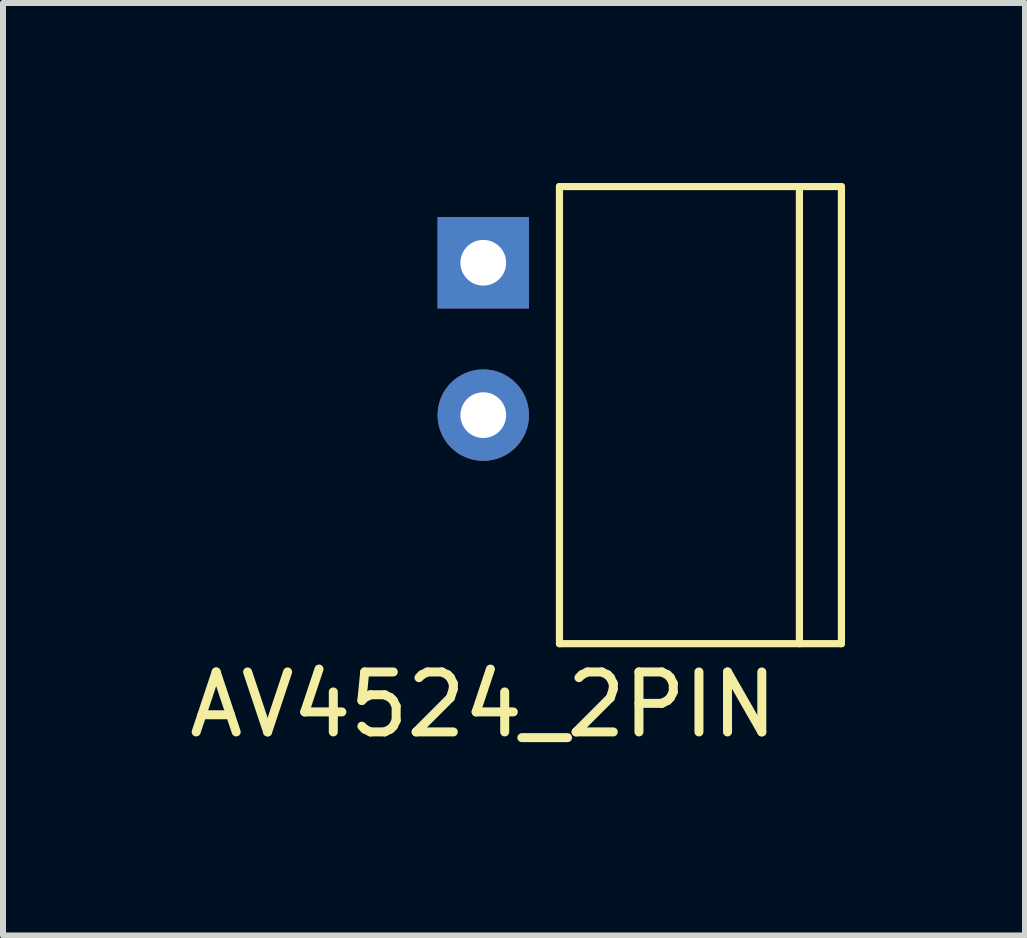
<source format=kicad_pcb>
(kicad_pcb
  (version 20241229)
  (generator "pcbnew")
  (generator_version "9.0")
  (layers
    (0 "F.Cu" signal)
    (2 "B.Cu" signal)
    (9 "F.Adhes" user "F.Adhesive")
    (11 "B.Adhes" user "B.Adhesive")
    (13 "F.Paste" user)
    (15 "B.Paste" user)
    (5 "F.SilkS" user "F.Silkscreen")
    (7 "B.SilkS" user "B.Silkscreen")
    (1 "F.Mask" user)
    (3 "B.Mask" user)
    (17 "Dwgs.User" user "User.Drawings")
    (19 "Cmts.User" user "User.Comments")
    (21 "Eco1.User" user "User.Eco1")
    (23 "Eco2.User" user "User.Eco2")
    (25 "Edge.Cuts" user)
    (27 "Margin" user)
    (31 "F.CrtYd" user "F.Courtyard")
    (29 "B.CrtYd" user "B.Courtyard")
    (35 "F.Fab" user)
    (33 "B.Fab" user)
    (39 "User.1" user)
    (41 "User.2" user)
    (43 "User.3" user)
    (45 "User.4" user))
  (footprint "AV4524_2PIN"
    (layer "F.Cu")
    (at 5.006 3.87)
    (property "Reference" "AV4524_2PIN" (at 0 4.826 0) (layer "F.SilkS") (effects (font (size 1 1) (thickness 0.15))))
    (attr through_hole)
    (fp_line (start 1.27 -3.81) (end 5.97 -3.81) (stroke (width 0.12) (type solid)) (layer "F.SilkS"))
    (fp_line (start 1.27 3.81) (end 1.27 -3.81) (stroke (width 0.12) (type solid)) (layer "F.SilkS"))
    (fp_line (start 5.27 -3.81) (end 5.27 3.81) (stroke (width 0.12) (type solid)) (layer "F.SilkS"))
    (fp_line (start 5.97 -3.81) (end 5.97 3.81) (stroke (width 0.12) (type solid)) (layer "F.SilkS"))
    (fp_line (start 5.97 3.81) (end 1.27 3.81) (stroke (width 0.12) (type solid)) (layer "F.SilkS"))
    (pad "1" thru_hole rect (at 0 -2.54) (size 1.524 1.524) (drill 0.762) (layers "*.Cu" "*.Mask"))
    (pad "2" thru_hole circle (at 0 0) (size 1.524 1.524) (drill 0.762) (layers "*.Cu" "*.Mask")))
  (gr_rect
    (start -3 -3)
    (end 14.036 12.544)
    (stroke (width 0.1) (type default))
    (fill no)
    (layer "Edge.Cuts")))
</source>
